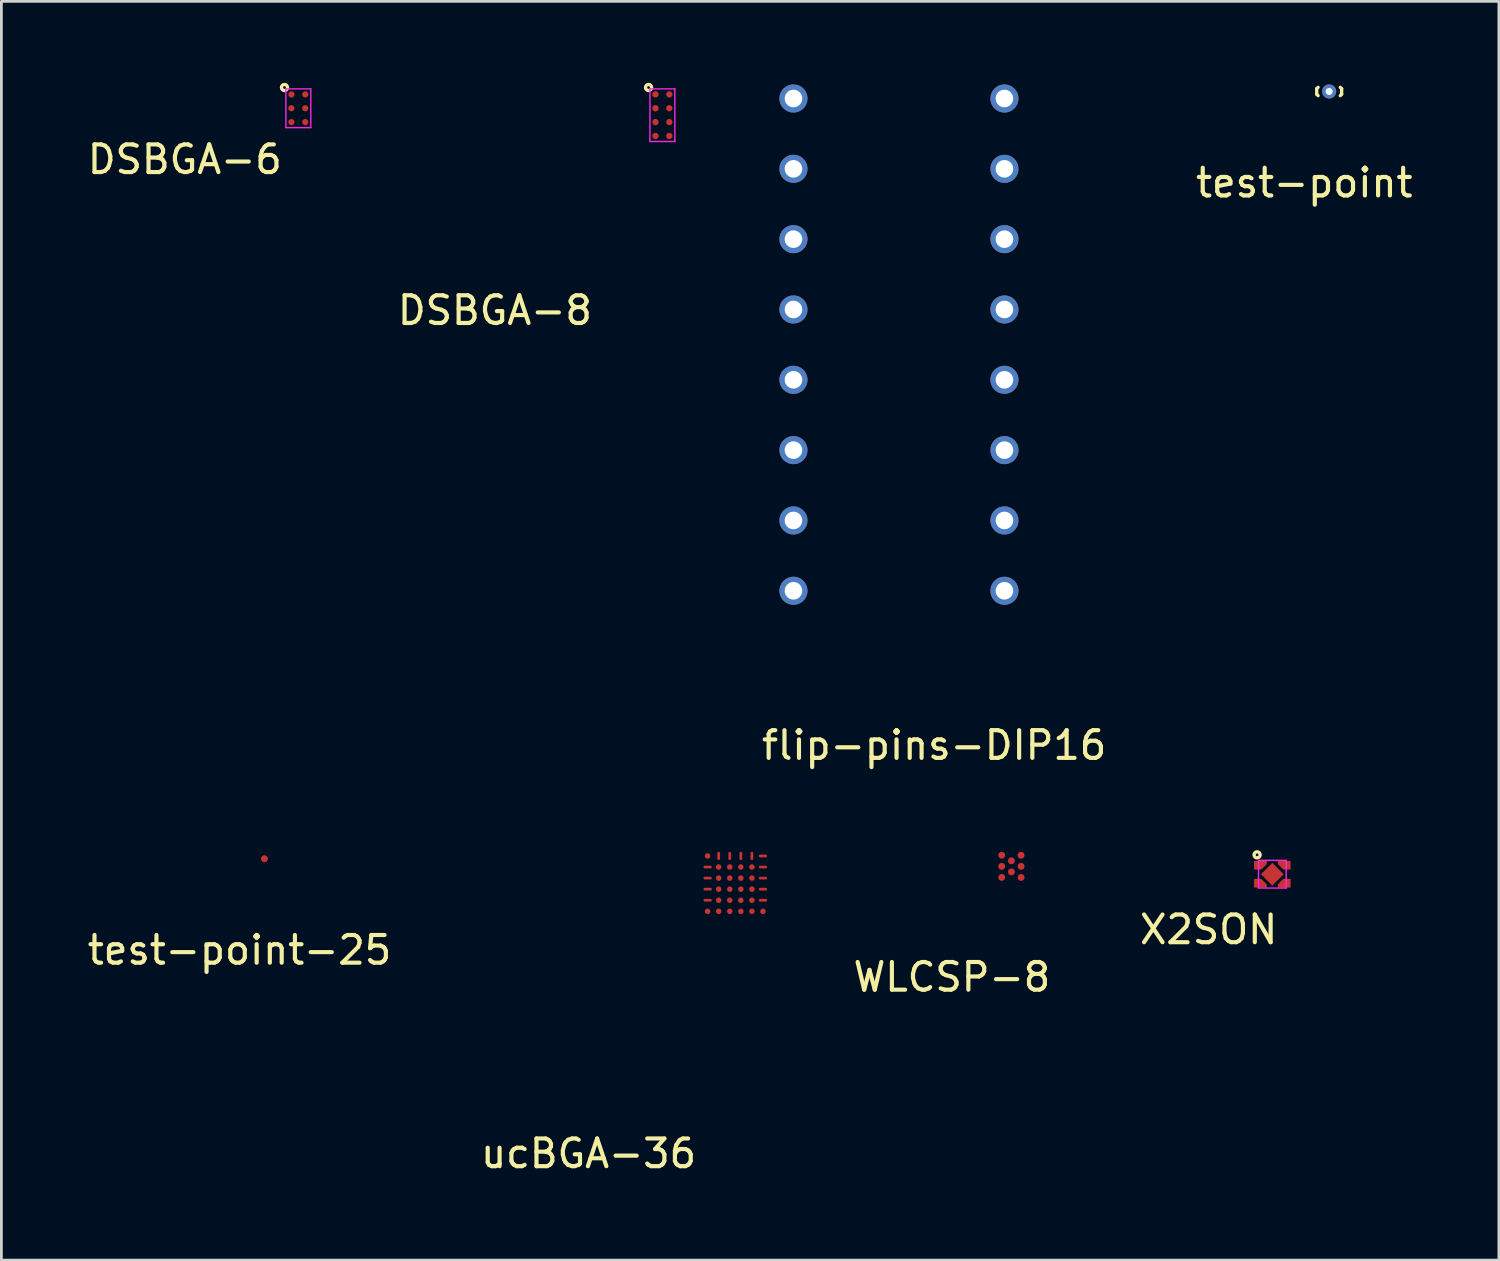
<source format=kicad_pcb>
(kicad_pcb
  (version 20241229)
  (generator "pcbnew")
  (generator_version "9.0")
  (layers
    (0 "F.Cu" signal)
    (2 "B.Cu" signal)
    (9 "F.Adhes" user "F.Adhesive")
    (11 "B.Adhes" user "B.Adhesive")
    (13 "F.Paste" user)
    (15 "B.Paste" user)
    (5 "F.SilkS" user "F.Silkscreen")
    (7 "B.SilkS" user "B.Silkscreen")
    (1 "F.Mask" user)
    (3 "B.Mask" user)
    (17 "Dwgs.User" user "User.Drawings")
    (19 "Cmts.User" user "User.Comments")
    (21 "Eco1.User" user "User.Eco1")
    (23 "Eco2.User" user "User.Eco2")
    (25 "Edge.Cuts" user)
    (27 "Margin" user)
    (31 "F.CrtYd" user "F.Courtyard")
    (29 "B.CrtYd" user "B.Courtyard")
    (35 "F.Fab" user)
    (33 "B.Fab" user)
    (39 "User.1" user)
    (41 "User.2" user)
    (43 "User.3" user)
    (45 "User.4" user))
  (footprint "test-point"
    (layer "F.Cu")
    (at 44.958 0.254)
    (property "Reference" "test-point" (at -0.9 3.3 0) (layer "F.SilkS") (effects (font (size 1 1) (thickness 0.15))))
    (attr through_hole)
    (fp_line (start -0.45 -0.1) (end -0.45 0.1) (stroke (width 0.12) (type solid)) (layer "F.SilkS"))
    (fp_line (start -0.45 -0.1) (end -0.4 -0.15) (stroke (width 0.12) (type solid)) (layer "F.SilkS"))
    (fp_line (start -0.45 0.1) (end -0.4 0.15) (stroke (width 0.12) (type solid)) (layer "F.SilkS"))
    (fp_line (start 0.45 -0.1) (end 0.4 -0.15) (stroke (width 0.12) (type solid)) (layer "F.SilkS"))
    (fp_line (start 0.45 -0.1) (end 0.45 0.1) (stroke (width 0.12) (type solid)) (layer "F.SilkS"))
    (fp_line (start 0.45 0.1) (end 0.4 0.15) (stroke (width 0.12) (type solid)) (layer "F.SilkS"))
    (pad "1" thru_hole circle (at 0 0) (size 0.508 0.508) (drill 0.254) (layers "*.Cu" "*.Mask")))
  (footprint "WLCSP-8"
    (layer "F.Cu")
    (at 33.481 28.241)
    (property "Reference" "WLCSP-8" (at -2.15 4 0) (layer "F.SilkS") (effects (font (size 1 1) (thickness 0.15))))
    (attr through_hole)
    (pad "A1" smd circle (at -0.35 -0.4) (size 0.25 0.25) (layers "F.Cu" "F.Mask" "F.Paste"))
    (pad "A3" smd circle (at 0.35 -0.4) (size 0.25 0.25) (layers "F.Cu" "F.Mask" "F.Paste"))
    (pad "B2" smd circle (at 0 -0.2) (size 0.25 0.25) (layers "F.Cu" "F.Mask" "F.Paste"))
    (pad "C1" smd circle (at -0.35 0) (size 0.25 0.25) (layers "F.Cu" "F.Mask" "F.Paste"))
    (pad "C3" smd circle (at 0.35 0) (size 0.25 0.25) (layers "F.Cu" "F.Mask" "F.Paste"))
    (pad "D2" smd circle (at 0 0.2) (size 0.25 0.25) (layers "F.Cu" "F.Mask" "F.Paste"))
    (pad "E1" smd circle (at -0.35 0.4) (size 0.25 0.25) (layers "F.Cu" "F.Mask" "F.Paste"))
    (pad "E3" smd circle (at 0.35 0.4) (size 0.25 0.25) (layers "F.Cu" "F.Mask" "F.Paste")))
  (footprint "test-point-25"
    (layer "F.Cu")
    (at 6.501 27.966)
    (property "Reference" "test-point-25" (at -0.9 3.3 0) (layer "F.SilkS") (effects (font (size 1 1) (thickness 0.15))))
    (attr through_hole)
    (pad "1" smd circle (at 0 0) (size 0.25 0.25) (layers "F.Cu" "F.Mask" "F.Paste")))
  (footprint "flip-pins-DIP16"
    (layer "F.Cu")
    (at 30.689 23.368)
    (property "Reference" "flip-pins-DIP16" (at 0 0.5 0) (layer "F.SilkS") (effects (font (size 1 1) (thickness 0.15))))
    (attr through_hole)
    (pad "1" thru_hole circle (at -5.08 -22.86) (size 1.016 1.016) (drill 0.635) (layers "*.Cu" "*.Mask"))
    (pad "2" thru_hole circle (at -5.08 -20.32) (size 1.016 1.016) (drill 0.635) (layers "*.Cu" "*.Mask"))
    (pad "3" thru_hole circle (at -5.08 -17.78) (size 1.016 1.016) (drill 0.635) (layers "*.Cu" "*.Mask"))
    (pad "4" thru_hole circle (at -5.08 -15.24) (size 1.016 1.016) (drill 0.635) (layers "*.Cu" "*.Mask"))
    (pad "5" thru_hole circle (at -5.08 -12.7) (size 1.016 1.016) (drill 0.635) (layers "*.Cu" "*.Mask"))
    (pad "6" thru_hole circle (at -5.08 -10.16) (size 1.016 1.016) (drill 0.635) (layers "*.Cu" "*.Mask"))
    (pad "7" thru_hole circle (at -5.08 -7.62) (size 1.016 1.016) (drill 0.635) (layers "*.Cu" "*.Mask"))
    (pad "8" thru_hole circle (at -5.08 -5.08) (size 1.016 1.016) (drill 0.635) (layers "*.Cu" "*.Mask"))
    (pad "9" thru_hole circle (at 2.54 -5.08) (size 1.016 1.016) (drill 0.635) (layers "*.Cu" "*.Mask"))
    (pad "10" thru_hole circle (at 2.54 -7.62) (size 1.016 1.016) (drill 0.635) (layers "*.Cu" "*.Mask"))
    (pad "11" thru_hole circle (at 2.54 -10.16) (size 1.016 1.016) (drill 0.635) (layers "*.Cu" "*.Mask"))
    (pad "12" thru_hole circle (at 2.54 -12.7) (size 1.016 1.016) (drill 0.635) (layers "*.Cu" "*.Mask"))
    (pad "13" thru_hole circle (at 2.54 -15.24) (size 1.016 1.016) (drill 0.635) (layers "*.Cu" "*.Mask"))
    (pad "14" thru_hole circle (at 2.54 -17.78) (size 1.016 1.016) (drill 0.635) (layers "*.Cu" "*.Mask"))
    (pad "15" thru_hole circle (at 2.54 -20.32) (size 1.016 1.016) (drill 0.635) (layers "*.Cu" "*.Mask"))
    (pad "16" thru_hole circle (at 2.54 -22.86) (size 1.016 1.016) (drill 0.635) (layers "*.Cu" "*.Mask")))
  (footprint "ucBGA-36"
    (layer "F.Cu")
    (at 23.508 28.866)
    (property "Reference" "ucBGA-36" (at -5.3 9.75 0) (layer "F.SilkS") (effects (font (size 1 1) (thickness 0.15))))
    (attr through_hole)
    (pad "A1" smd circle (at -1 -1) (size 0.2 0.2) (layers "F.Cu" "F.Mask" "F.Paste"))
    (pad "A2" smd oval (at -0.6 -1) (size 0.1 0.3) (layers "F.Cu" "F.Mask" "F.Paste"))
    (pad "A3" smd oval (at -0.2 -1) (size 0.1 0.3) (layers "F.Cu" "F.Mask" "F.Paste"))
    (pad "A4" smd oval (at 0.2 -1) (size 0.1 0.3) (layers "F.Cu" "F.Mask" "F.Paste"))
    (pad "A5" smd oval (at 0.6 -1) (size 0.1 0.3) (layers "F.Cu" "F.Mask" "F.Paste"))
    (pad "A6" smd oval (at 1 -1) (size 0.3 0.1) (layers "F.Cu" "F.Mask" "F.Paste"))
    (pad "B1" smd oval (at -1 -0.6) (size 0.3 0.1) (layers "F.Cu" "F.Mask" "F.Paste"))
    (pad "B2" smd circle (at -0.6 -0.6) (size 0.2 0.2) (layers "F.Cu" "F.Mask" "F.Paste"))
    (pad "B3" smd circle (at -0.2 -0.6) (size 0.2 0.2) (layers "F.Cu" "F.Mask" "F.Paste"))
    (pad "B4" smd circle (at 0.2 -0.6) (size 0.2 0.2) (layers "F.Cu" "F.Mask" "F.Paste"))
    (pad "B5" smd circle (at 0.6 -0.6) (size 0.2 0.2) (layers "F.Cu" "F.Mask" "F.Paste"))
    (pad "B6" smd oval (at 1 -0.6) (size 0.3 0.1) (layers "F.Cu" "F.Mask" "F.Paste"))
    (pad "C1" smd oval (at -1 -0.2) (size 0.3 0.1) (layers "F.Cu" "F.Mask" "F.Paste"))
    (pad "C2" smd circle (at -0.6 -0.2) (size 0.2 0.2) (layers "F.Cu" "F.Mask" "F.Paste"))
    (pad "C3" smd circle (at -0.2 -0.2) (size 0.2 0.2) (layers "F.Cu" "F.Mask" "F.Paste"))
    (pad "C4" smd circle (at 0.2 -0.2) (size 0.2 0.2) (layers "F.Cu" "F.Mask" "F.Paste"))
    (pad "C5" smd circle (at 0.6 -0.2) (size 0.2 0.2) (layers "F.Cu" "F.Mask" "F.Paste"))
    (pad "C6" smd oval (at 1 -0.2) (size 0.3 0.1) (layers "F.Cu" "F.Mask" "F.Paste"))
    (pad "D1" smd oval (at -1 0.2) (size 0.3 0.1) (layers "F.Cu" "F.Mask" "F.Paste"))
    (pad "D2" smd circle (at -0.6 0.2) (size 0.2 0.2) (layers "F.Cu" "F.Mask" "F.Paste"))
    (pad "D3" smd circle (at -0.2 0.2) (size 0.2 0.2) (layers "F.Cu" "F.Mask" "F.Paste"))
    (pad "D4" smd circle (at 0.2 0.2) (size 0.2 0.2) (layers "F.Cu" "F.Mask" "F.Paste"))
    (pad "D5" smd circle (at 0.6 0.2) (size 0.2 0.2) (layers "F.Cu" "F.Mask" "F.Paste"))
    (pad "D6" smd oval (at 1 0.2) (size 0.3 0.1) (layers "F.Cu" "F.Mask" "F.Paste"))
    (pad "E1" smd oval (at -1 0.6) (size 0.3 0.1) (layers "F.Cu" "F.Mask" "F.Paste"))
    (pad "E2" smd circle (at -0.6 0.6) (size 0.2 0.2) (layers "F.Cu" "F.Mask" "F.Paste"))
    (pad "E3" smd circle (at -0.2 0.6) (size 0.2 0.2) (layers "F.Cu" "F.Mask" "F.Paste"))
    (pad "E4" smd circle (at 0.2 0.6) (size 0.2 0.2) (layers "F.Cu" "F.Mask" "F.Paste"))
    (pad "E5" smd circle (at 0.6 0.6) (size 0.2 0.2) (layers "F.Cu" "F.Mask" "F.Paste"))
    (pad "E6" smd oval (at 1 0.6) (size 0.3 0.1) (layers "F.Cu" "F.Mask" "F.Paste"))
    (pad "F1" smd circle (at -1 1) (size 0.2 0.2) (layers "F.Cu" "F.Mask" "F.Paste"))
    (pad "F2" smd circle (at -0.6 1) (size 0.2 0.2) (layers "F.Cu" "F.Mask" "F.Paste"))
    (pad "F3" smd circle (at -0.2 1) (size 0.2 0.2) (layers "F.Cu" "F.Mask" "F.Paste"))
    (pad "F4" smd circle (at 0.2 1) (size 0.2 0.2) (layers "F.Cu" "F.Mask" "F.Paste"))
    (pad "F5" smd circle (at 0.6 1) (size 0.2 0.2) (layers "F.Cu" "F.Mask" "F.Paste"))
    (pad "F6" smd circle (at 1 1) (size 0.2 0.2) (layers "F.Cu" "F.Mask" "F.Paste")))
  (footprint "DSBGA-8"
    (layer "F.Cu")
    (at 20.875 1.11)
    (property "Reference" "DSBGA-8" (at -6.05 7.05 0) (layer "F.SilkS") (effects (font (size 1 1) (thickness 0.15))))
    (attr through_hole)
    (fp_circle (center -0.5 -1) (end -0.45 -1) (stroke (width 0.12) (type solid)) (fill no) (layer "F.SilkS"))
    (fp_line (start -0.45 -0.95) (end 0.45 -0.95) (stroke (width 0.05) (type solid)) (layer "F.CrtYd"))
    (fp_line (start -0.45 0.95) (end -0.45 -0.95) (stroke (width 0.05) (type solid)) (layer "F.CrtYd"))
    (fp_line (start 0.45 -0.95) (end 0.45 0.95) (stroke (width 0.05) (type solid)) (layer "F.CrtYd"))
    (fp_line (start 0.45 0.95) (end -0.45 0.95) (stroke (width 0.05) (type solid)) (layer "F.CrtYd"))
    (pad "A1" smd circle (at -0.25 -0.75) (size 0.23 0.23) (layers "F.Cu" "F.Mask" "F.Paste"))
    (pad "A2" smd circle (at 0.25 -0.75) (size 0.23 0.23) (layers "F.Cu" "F.Mask" "F.Paste"))
    (pad "B1" smd circle (at -0.25 -0.25) (size 0.23 0.23) (layers "F.Cu" "F.Mask" "F.Paste"))
    (pad "B2" smd circle (at 0.25 -0.25) (size 0.23 0.23) (layers "F.Cu" "F.Mask" "F.Paste"))
    (pad "C1" smd circle (at -0.25 0.25) (size 0.23 0.23) (layers "F.Cu" "F.Mask" "F.Paste"))
    (pad "C2" smd circle (at 0.25 0.25) (size 0.23 0.23) (layers "F.Cu" "F.Mask" "F.Paste"))
    (pad "D1" smd circle (at -0.25 0.75) (size 0.23 0.23) (layers "F.Cu" "F.Mask" "F.Paste"))
    (pad "D2" smd circle (at 0.25 0.75) (size 0.23 0.23) (layers "F.Cu" "F.Mask" "F.Paste")))
  (footprint "DSBGA-6"
    (layer "F.Cu")
    (at 7.475 0.36)
    (property "Reference" "DSBGA-6" (at -3.85 2.35 0) (layer "F.SilkS") (effects (font (size 1 1) (thickness 0.15))))
    (attr through_hole)
    (fp_circle (center -0.25 -0.25) (end -0.25 -0.2) (stroke (width 0.12) (type solid)) (fill no) (layer "F.SilkS"))
    (fp_line (start -0.2 -0.2) (end 0.7 -0.2) (stroke (width 0.05) (type solid)) (layer "F.CrtYd"))
    (fp_line (start -0.2 1.2) (end -0.2 -0.2) (stroke (width 0.05) (type solid)) (layer "F.CrtYd"))
    (fp_line (start 0.7 -0.2) (end 0.7 1.2) (stroke (width 0.05) (type solid)) (layer "F.CrtYd"))
    (fp_line (start 0.7 1.2) (end -0.2 1.2) (stroke (width 0.05) (type solid)) (layer "F.CrtYd"))
    (pad "1" smd circle (at 0 0) (size 0.225 0.225) (layers "F.Cu" "F.Mask" "F.Paste"))
    (pad "2" smd circle (at 0 0.5) (size 0.225 0.225) (layers "F.Cu" "F.Mask" "F.Paste"))
    (pad "3" smd circle (at 0 1) (size 0.225 0.225) (layers "F.Cu" "F.Mask" "F.Paste"))
    (pad "4" smd circle (at 0.5 1) (size 0.225 0.225) (layers "F.Cu" "F.Mask" "F.Paste"))
    (pad "5" smd circle (at 0.5 0.5) (size 0.225 0.225) (layers "F.Cu" "F.Mask" "F.Paste"))
    (pad "6" smd circle (at 0.5 0) (size 0.225 0.225) (layers "F.Cu" "F.Mask" "F.Paste")))
  (footprint "X2SON"
    (layer "F.Cu")
    (at 42.905 28.526)
    (property "Reference" "X2SON" (at -2.3 2 0) (layer "F.SilkS") (effects (font (size 1 1) (thickness 0.15))))
    (attr through_hole)
    (fp_circle (center -0.55 -0.7) (end -0.55 -0.65) (stroke (width 0.12) (type solid)) (fill no) (layer "F.SilkS"))
    (fp_line (start -0.5 -0.5) (end 0.5 -0.5) (stroke (width 0.05) (type solid)) (layer "F.CrtYd"))
    (fp_line (start -0.5 0.5) (end -0.5 -0.5) (stroke (width 0.05) (type solid)) (layer "F.CrtYd"))
    (fp_line (start 0.5 -0.5) (end 0.5 0.5) (stroke (width 0.05) (type solid)) (layer "F.CrtYd"))
    (fp_line (start 0.5 0.5) (end -0.5 0.5) (stroke (width 0.05) (type solid)) (layer "F.CrtYd"))
    (pad "" connect custom (at -0.43 -0.325) (size 0.05 0.05) (layers "F.Mask") (options (anchor circle)) (primitives (gr_poly (pts (xy -0.18 -0.105) (xy -0.18 0.105) (xy 0 0.105) (xy 0.18 -0.075) (xy 0.18 -0.105)) (width 0) (fill yes))))
    (pad "" connect custom (at -0.43 0.325) (size 0.05 0.05) (layers "F.Mask") (options (anchor circle)) (primitives (gr_poly (pts (xy -0.18 0.105) (xy -0.18 -0.105) (xy 0 -0.105) (xy 0.18 0.075) (xy 0.18 0.105)) (width 0) (fill yes))))
    (pad "" connect custom (at 0 0) (size 0.05 0.05) (layers "F.Mask") (options (anchor circle)) (primitives (gr_poly (pts (xy 0.34 0) (xy 0 0.34) (xy -0.34 0) (xy 0 -0.34)) (width 0) (fill yes))))
    (pad "" connect custom (at 0.43 -0.325) (size 0.05 0.05) (layers "F.Mask") (options (anchor circle)) (primitives (gr_poly (pts (xy 0.18 -0.105) (xy 0.18 0.105) (xy 0 0.105) (xy -0.18 -0.075) (xy -0.18 -0.105)) (width 0) (fill yes))))
    (pad "" connect custom (at 0.43 0.325) (size 0.05 0.05) (layers "F.Mask") (options (anchor circle)) (primitives (gr_poly (pts (xy 0.18 0.105) (xy 0.18 -0.105) (xy 0 -0.105) (xy -0.18 0.075) (xy -0.18 0.105)) (width 0) (fill yes))))
    (pad "1" smd custom (at -0.43 -0.325) (size 0.05 0.05) (layers "F.Cu") (options (anchor circle)) (primitives (gr_poly (pts (xy -0.23 -0.155) (xy -0.23 0.155) (xy 0.035 0.155) (xy 0.23 -0.04) (xy 0.23 -0.155)) (width 0) (fill yes))))
    (pad "1" smd custom (at -0.43 -0.325) (size 0.05 0.05) (layers "F.Cu" "F.Paste") (options (anchor circle)) (primitives (gr_poly (pts (xy -0.18 -0.105) (xy -0.18 0.105) (xy 0 0.105) (xy 0.18 -0.075) (xy 0.18 -0.105)) (width 0) (fill yes))))
    (pad "2" smd custom (at -0.43 0.325) (size 0.05 0.05) (layers "F.Cu") (options (anchor circle)) (primitives (gr_poly (pts (xy -0.23 0.155) (xy -0.23 -0.155) (xy 0.035 -0.155) (xy 0.23 0.04) (xy 0.23 0.155)) (width 0) (fill yes))))
    (pad "2" smd custom (at -0.43 0.325) (size 0.05 0.05) (layers "F.Cu" "F.Paste") (options (anchor circle)) (primitives (gr_poly (pts (xy -0.18 0.105) (xy -0.18 -0.105) (xy 0 -0.105) (xy 0.18 0.075) (xy 0.18 0.105)) (width 0) (fill yes))))
    (pad "3" smd custom (at 0.43 0.325) (size 0.05 0.05) (layers "F.Cu") (options (anchor circle)) (primitives (gr_poly (pts (xy 0.23 0.155) (xy 0.23 -0.155) (xy -0.035 -0.155) (xy -0.23 0.04) (xy -0.23 0.155)) (width 0) (fill yes))))
    (pad "3" smd custom (at 0.43 0.325) (size 0.05 0.05) (layers "F.Cu" "F.Paste") (options (anchor circle)) (primitives (gr_poly (pts (xy 0.18 0.105) (xy 0.18 -0.105) (xy 0 -0.105) (xy -0.18 0.075) (xy -0.18 0.105)) (width 0) (fill yes))))
    (pad "4" smd custom (at 0.43 -0.325) (size 0.05 0.05) (layers "F.Cu") (options (anchor circle)) (primitives (gr_poly (pts (xy 0.23 -0.155) (xy 0.23 0.155) (xy -0.035 0.155) (xy -0.23 -0.04) (xy -0.23 -0.155)) (width 0) (fill yes))))
    (pad "4" smd custom (at 0.43 -0.325) (size 0.05 0.05) (layers "F.Cu" "F.Paste") (options (anchor circle)) (primitives (gr_poly (pts (xy 0.18 -0.105) (xy 0.18 0.105) (xy 0 0.105) (xy -0.18 -0.075) (xy -0.18 -0.105)) (width 0) (fill yes))))
    (pad "TP" smd custom (at 0 0) (size 0.05 0.05) (layers "F.Cu") (options (anchor circle)) (primitives (gr_poly (pts (xy 0.41 0) (xy 0 0.41) (xy -0.41 0) (xy 0 -0.41)) (width 0) (fill yes))))
    (pad "TP" smd custom (at 0 0) (size 0.05 0.05) (layers "F.Cu" "F.Paste") (options (anchor circle)) (primitives (gr_poly (pts (xy 0.34 0) (xy 0 0.34) (xy -0.34 0) (xy 0 -0.34)) (width 0) (fill yes)))))
  (gr_rect
    (start -3 -3)
    (end 51.088 42.465)
    (stroke (width 0.1) (type default))
    (fill no)
    (layer "Edge.Cuts")))
</source>
